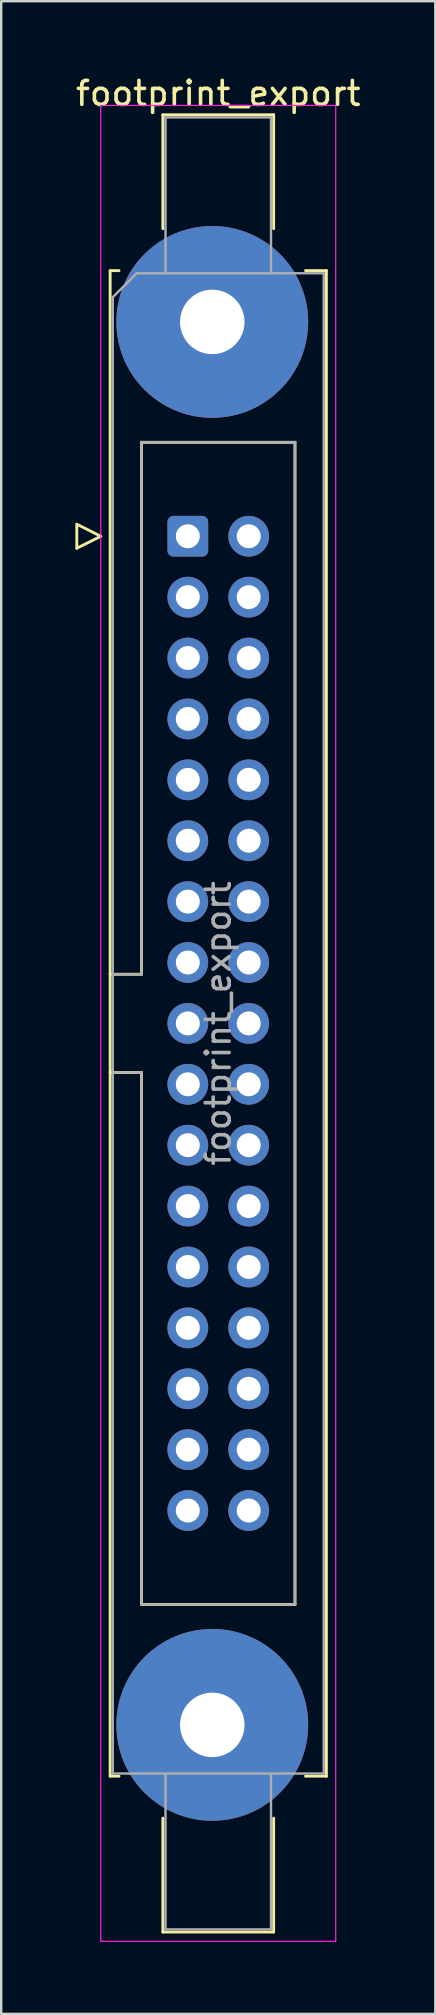
<source format=kicad_pcb>
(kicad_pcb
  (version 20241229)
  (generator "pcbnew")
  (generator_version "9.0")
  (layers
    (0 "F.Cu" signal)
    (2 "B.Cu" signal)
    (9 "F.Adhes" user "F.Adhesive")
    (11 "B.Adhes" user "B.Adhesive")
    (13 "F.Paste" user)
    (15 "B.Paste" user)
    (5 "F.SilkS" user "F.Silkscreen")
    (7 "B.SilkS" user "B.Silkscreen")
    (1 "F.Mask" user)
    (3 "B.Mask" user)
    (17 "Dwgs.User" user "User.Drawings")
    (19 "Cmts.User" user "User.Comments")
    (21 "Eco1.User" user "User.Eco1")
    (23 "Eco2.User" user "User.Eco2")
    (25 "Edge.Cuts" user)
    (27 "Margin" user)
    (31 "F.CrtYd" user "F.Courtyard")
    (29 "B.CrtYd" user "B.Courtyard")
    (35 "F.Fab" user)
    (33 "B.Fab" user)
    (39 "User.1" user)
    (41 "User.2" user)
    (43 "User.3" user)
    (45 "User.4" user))
  (footprint "footprint_export"
    (layer "F.Cu")
    (at 4.784 19.318)
    (property "Reference" "footprint_export" (at 1.27 -18.47 0) (layer "F.SilkS") (effects (font (size 1 1) (thickness 0.15))))
    (attr through_hole)
    (fp_line (start -4.63 -0.5) (end -4.63 0.5) (stroke (width 0.12) (type solid)) (layer "F.SilkS"))
    (fp_line (start -4.63 0.5) (end -3.63 0) (stroke (width 0.12) (type solid)) (layer "F.SilkS"))
    (fp_line (start -3.63 0) (end -4.63 -0.5) (stroke (width 0.12) (type solid)) (layer "F.SilkS"))
    (fp_line (start -3.24 -11.08) (end -3.24 51.72) (stroke (width 0.12) (type solid)) (layer "F.SilkS"))
    (fp_line (start -3.24 18.27) (end -1.93 18.27) (stroke (width 0.12) (type solid)) (layer "F.SilkS"))
    (fp_line (start -3.24 51.72) (end -2.87 51.72) (stroke (width 0.12) (type solid)) (layer "F.SilkS"))
    (fp_line (start -2.87 -11.08) (end -3.24 -11.08) (stroke (width 0.12) (type solid)) (layer "F.SilkS"))
    (fp_line (start -1.93 -3.92) (end 4.47 -3.92) (stroke (width 0.12) (type solid)) (layer "F.SilkS"))
    (fp_line (start -1.93 18.27) (end -1.93 -3.92) (stroke (width 0.12) (type solid)) (layer "F.SilkS"))
    (fp_line (start -1.93 22.37) (end -3.24 22.37) (stroke (width 0.12) (type solid)) (layer "F.SilkS"))
    (fp_line (start -1.93 22.37) (end -1.93 22.37) (stroke (width 0.12) (type solid)) (layer "F.SilkS"))
    (fp_line (start -1.93 44.56) (end -1.93 22.37) (stroke (width 0.12) (type solid)) (layer "F.SilkS"))
    (fp_line (start -1.04 -17.58) (end 3.58 -17.58) (stroke (width 0.12) (type solid)) (layer "F.SilkS"))
    (fp_line (start -1.04 -12.83) (end -1.04 -17.58) (stroke (width 0.12) (type solid)) (layer "F.SilkS"))
    (fp_line (start -1.04 53.47) (end -1.04 58.22) (stroke (width 0.12) (type solid)) (layer "F.SilkS"))
    (fp_line (start -1.04 58.22) (end 3.58 58.22) (stroke (width 0.12) (type solid)) (layer "F.SilkS"))
    (fp_line (start 3.58 -17.58) (end 3.58 -12.83) (stroke (width 0.12) (type solid)) (layer "F.SilkS"))
    (fp_line (start 3.58 58.22) (end 3.58 53.47) (stroke (width 0.12) (type solid)) (layer "F.SilkS"))
    (fp_line (start 4.47 -3.92) (end 4.47 44.56) (stroke (width 0.12) (type solid)) (layer "F.SilkS"))
    (fp_line (start 4.47 44.56) (end -1.93 44.56) (stroke (width 0.12) (type solid)) (layer "F.SilkS"))
    (fp_line (start 4.91 -11.08) (end 5.78 -11.08) (stroke (width 0.12) (type solid)) (layer "F.SilkS"))
    (fp_line (start 5.78 -11.08) (end 5.78 51.72) (stroke (width 0.12) (type solid)) (layer "F.SilkS"))
    (fp_line (start 5.78 51.72) (end 4.91 51.72) (stroke (width 0.12) (type solid)) (layer "F.SilkS"))
    (fp_line (start -3.63 -17.97) (end -3.63 58.61) (stroke (width 0.05) (type solid)) (layer "F.CrtYd"))
    (fp_line (start -3.63 58.61) (end 6.17 58.61) (stroke (width 0.05) (type solid)) (layer "F.CrtYd"))
    (fp_line (start 6.17 -17.97) (end -3.63 -17.97) (stroke (width 0.05) (type solid)) (layer "F.CrtYd"))
    (fp_line (start 6.17 58.61) (end 6.17 -17.97) (stroke (width 0.05) (type solid)) (layer "F.CrtYd"))
    (fp_line (start -3.13 -9.97) (end -2.13 -10.97) (stroke (width 0.1) (type solid)) (layer "F.Fab"))
    (fp_line (start -3.13 18.27) (end -1.93 18.27) (stroke (width 0.1) (type solid)) (layer "F.Fab"))
    (fp_line (start -3.13 51.61) (end -3.13 -9.97) (stroke (width 0.1) (type solid)) (layer "F.Fab"))
    (fp_line (start -2.13 -10.97) (end 5.67 -10.97) (stroke (width 0.1) (type solid)) (layer "F.Fab"))
    (fp_line (start -1.93 -3.92) (end 4.47 -3.92) (stroke (width 0.1) (type solid)) (layer "F.Fab"))
    (fp_line (start -1.93 18.27) (end -1.93 -3.92) (stroke (width 0.1) (type solid)) (layer "F.Fab"))
    (fp_line (start -1.93 22.37) (end -3.13 22.37) (stroke (width 0.1) (type solid)) (layer "F.Fab"))
    (fp_line (start -1.93 22.37) (end -1.93 22.37) (stroke (width 0.1) (type solid)) (layer "F.Fab"))
    (fp_line (start -1.93 44.56) (end -1.93 22.37) (stroke (width 0.1) (type solid)) (layer "F.Fab"))
    (fp_line (start -0.93 -17.47) (end 3.47 -17.47) (stroke (width 0.1) (type solid)) (layer "F.Fab"))
    (fp_line (start -0.93 -10.97) (end -0.93 -17.47) (stroke (width 0.1) (type solid)) (layer "F.Fab"))
    (fp_line (start -0.93 51.61) (end -0.93 58.11) (stroke (width 0.1) (type solid)) (layer "F.Fab"))
    (fp_line (start -0.93 58.11) (end 3.47 58.11) (stroke (width 0.1) (type solid)) (layer "F.Fab"))
    (fp_line (start 3.47 -17.47) (end 3.47 -10.97) (stroke (width 0.1) (type solid)) (layer "F.Fab"))
    (fp_line (start 3.47 58.11) (end 3.47 51.61) (stroke (width 0.1) (type solid)) (layer "F.Fab"))
    (fp_line (start 4.47 -3.92) (end 4.47 44.56) (stroke (width 0.1) (type solid)) (layer "F.Fab"))
    (fp_line (start 4.47 44.56) (end -1.93 44.56) (stroke (width 0.1) (type solid)) (layer "F.Fab"))
    (fp_line (start 5.67 -10.97) (end 5.67 51.61) (stroke (width 0.1) (type solid)) (layer "F.Fab"))
    (fp_line (start 5.67 51.61) (end -3.13 51.61) (stroke (width 0.1) (type solid)) (layer "F.Fab"))
    (fp_text user "${REFERENCE}" (at 1.27 20.32 90) (layer "F.Fab") (effects (font (size 1 1) (thickness 0.15))))
    (pad "1" thru_hole roundrect (at 0 0) (size 1.7 1.7) (drill 1) (layers "*.Cu" "*.Mask") (roundrect_rratio 0.147))
    (pad "2" thru_hole circle (at 2.54 0) (size 1.7 1.7) (drill 1) (layers "*.Cu" "*.Mask"))
    (pad "3" thru_hole circle (at 0 2.54) (size 1.7 1.7) (drill 1) (layers "*.Cu" "*.Mask"))
    (pad "4" thru_hole circle (at 2.54 2.54) (size 1.7 1.7) (drill 1) (layers "*.Cu" "*.Mask"))
    (pad "5" thru_hole circle (at 0 5.08) (size 1.7 1.7) (drill 1) (layers "*.Cu" "*.Mask"))
    (pad "6" thru_hole circle (at 2.54 5.08) (size 1.7 1.7) (drill 1) (layers "*.Cu" "*.Mask"))
    (pad "7" thru_hole circle (at 0 7.62) (size 1.7 1.7) (drill 1) (layers "*.Cu" "*.Mask"))
    (pad "8" thru_hole circle (at 2.54 7.62) (size 1.7 1.7) (drill 1) (layers "*.Cu" "*.Mask"))
    (pad "9" thru_hole circle (at 0 10.16) (size 1.7 1.7) (drill 1) (layers "*.Cu" "*.Mask"))
    (pad "10" thru_hole circle (at 2.54 10.16) (size 1.7 1.7) (drill 1) (layers "*.Cu" "*.Mask"))
    (pad "11" thru_hole circle (at 0 12.7) (size 1.7 1.7) (drill 1) (layers "*.Cu" "*.Mask"))
    (pad "12" thru_hole circle (at 2.54 12.7) (size 1.7 1.7) (drill 1) (layers "*.Cu" "*.Mask"))
    (pad "13" thru_hole circle (at 0 15.24) (size 1.7 1.7) (drill 1) (layers "*.Cu" "*.Mask"))
    (pad "14" thru_hole circle (at 2.54 15.24) (size 1.7 1.7) (drill 1) (layers "*.Cu" "*.Mask"))
    (pad "15" thru_hole circle (at 0 17.78) (size 1.7 1.7) (drill 1) (layers "*.Cu" "*.Mask"))
    (pad "16" thru_hole circle (at 2.54 17.78) (size 1.7 1.7) (drill 1) (layers "*.Cu" "*.Mask"))
    (pad "17" thru_hole circle (at 0 20.32) (size 1.7 1.7) (drill 1) (layers "*.Cu" "*.Mask"))
    (pad "18" thru_hole circle (at 2.54 20.32) (size 1.7 1.7) (drill 1) (layers "*.Cu" "*.Mask"))
    (pad "19" thru_hole circle (at 0 22.86) (size 1.7 1.7) (drill 1) (layers "*.Cu" "*.Mask"))
    (pad "20" thru_hole circle (at 2.54 22.86) (size 1.7 1.7) (drill 1) (layers "*.Cu" "*.Mask"))
    (pad "21" thru_hole circle (at 0 25.4) (size 1.7 1.7) (drill 1) (layers "*.Cu" "*.Mask"))
    (pad "22" thru_hole circle (at 2.54 25.4) (size 1.7 1.7) (drill 1) (layers "*.Cu" "*.Mask"))
    (pad "23" thru_hole circle (at 0 27.94) (size 1.7 1.7) (drill 1) (layers "*.Cu" "*.Mask"))
    (pad "24" thru_hole circle (at 2.54 27.94) (size 1.7 1.7) (drill 1) (layers "*.Cu" "*.Mask"))
    (pad "25" thru_hole circle (at 0 30.48) (size 1.7 1.7) (drill 1) (layers "*.Cu" "*.Mask"))
    (pad "26" thru_hole circle (at 2.54 30.48) (size 1.7 1.7) (drill 1) (layers "*.Cu" "*.Mask"))
    (pad "27" thru_hole circle (at 0 33.02) (size 1.7 1.7) (drill 1) (layers "*.Cu" "*.Mask"))
    (pad "28" thru_hole circle (at 2.54 33.02) (size 1.7 1.7) (drill 1) (layers "*.Cu" "*.Mask"))
    (pad "29" thru_hole circle (at 0 35.56) (size 1.7 1.7) (drill 1) (layers "*.Cu" "*.Mask"))
    (pad "30" thru_hole circle (at 2.54 35.56) (size 1.7 1.7) (drill 1) (layers "*.Cu" "*.Mask"))
    (pad "31" thru_hole circle (at 0 38.1) (size 1.7 1.7) (drill 1) (layers "*.Cu" "*.Mask"))
    (pad "32" thru_hole circle (at 2.54 38.1) (size 1.7 1.7) (drill 1) (layers "*.Cu" "*.Mask"))
    (pad "33" thru_hole circle (at 0 40.64) (size 1.7 1.7) (drill 1) (layers "*.Cu" "*.Mask"))
    (pad "34" thru_hole circle (at 2.54 40.64) (size 1.7 1.7) (drill 1) (layers "*.Cu" "*.Mask"))
    (pad "MP" thru_hole circle (at 1.02 -8.94) (size 8 8) (drill 2.69) (layers "*.Cu" "*.Mask"))
    (pad "MP" thru_hole circle (at 1.02 49.58) (size 8 8) (drill 2.69) (layers "*.Cu" "*.Mask")))
  (gr_rect
    (start -3 -3)
    (end 15.107 80.953)
    (stroke (width 0.1) (type default))
    (fill no)
    (layer "Edge.Cuts")))
</source>
